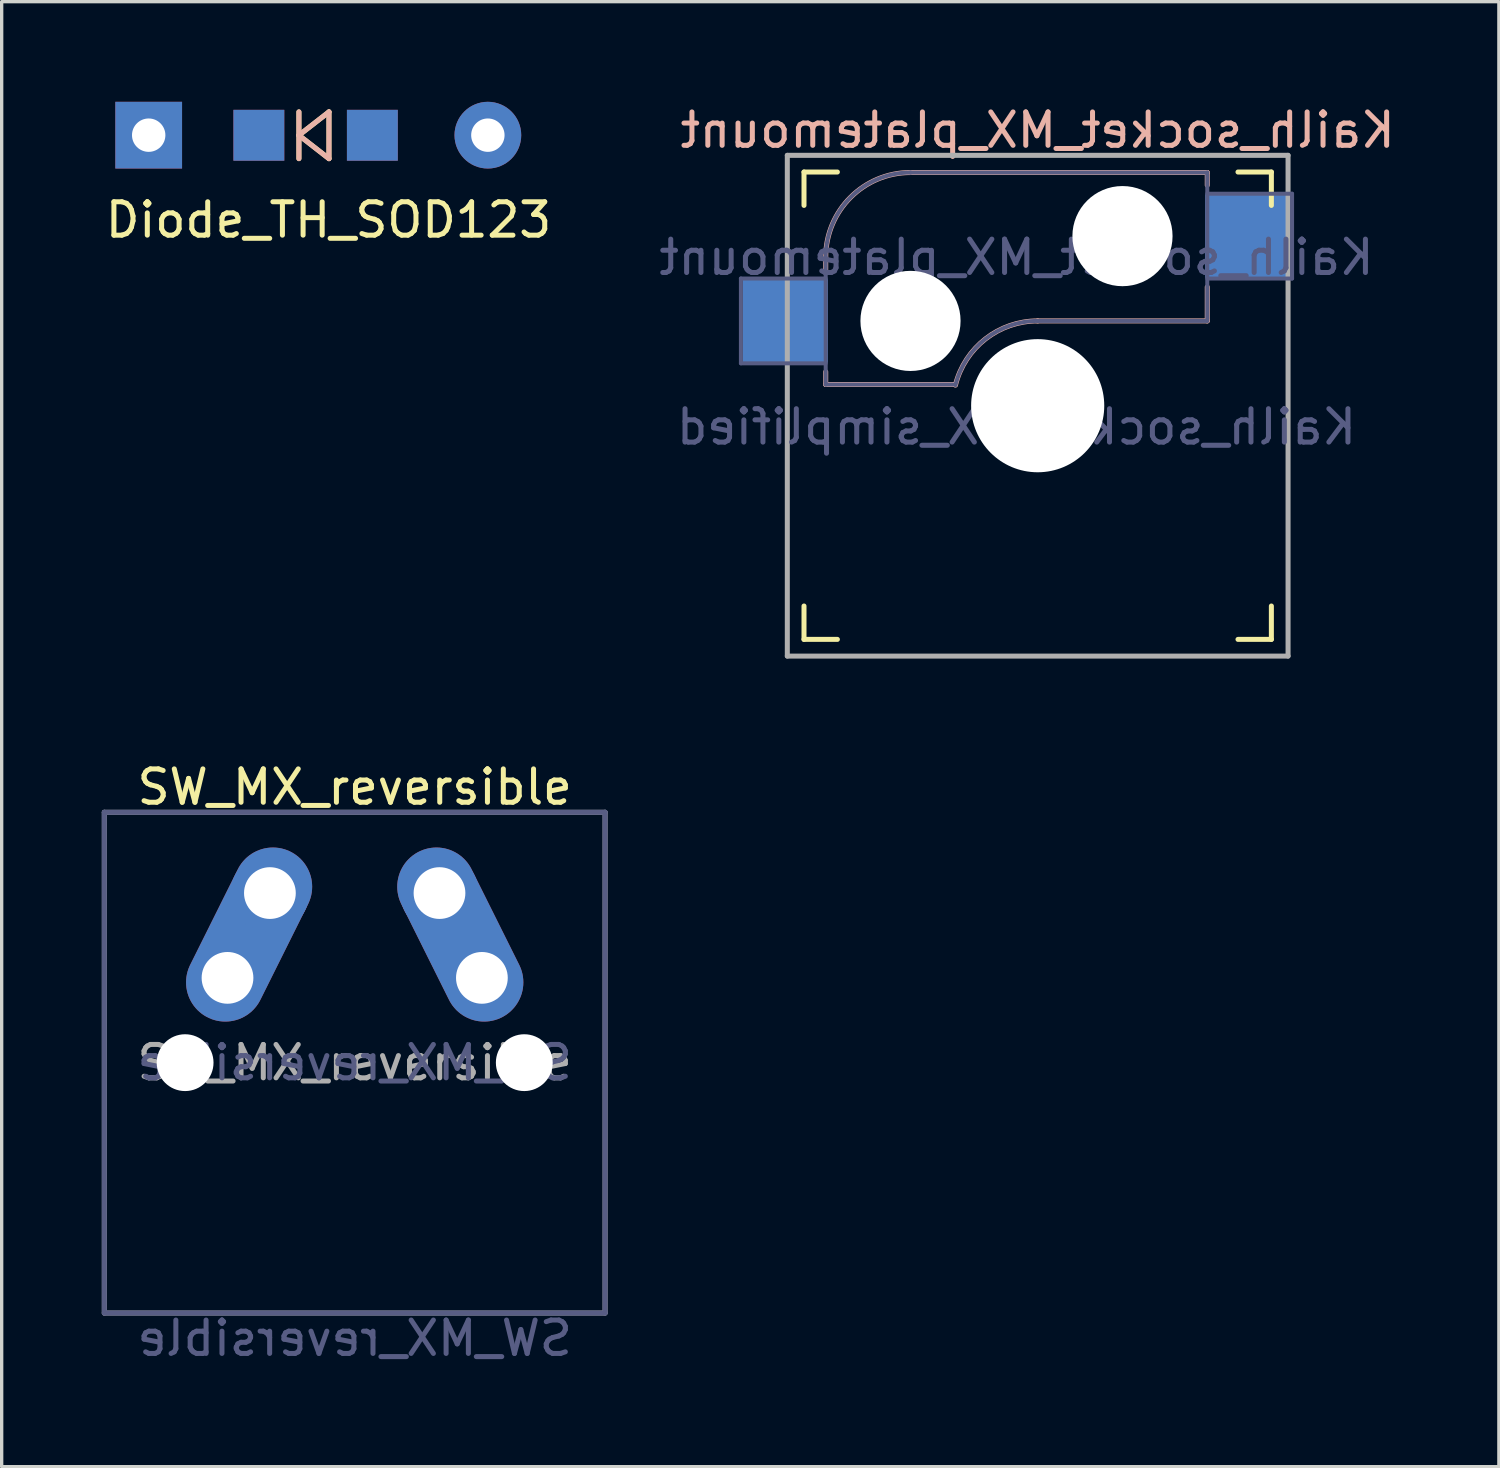
<source format=kicad_pcb>
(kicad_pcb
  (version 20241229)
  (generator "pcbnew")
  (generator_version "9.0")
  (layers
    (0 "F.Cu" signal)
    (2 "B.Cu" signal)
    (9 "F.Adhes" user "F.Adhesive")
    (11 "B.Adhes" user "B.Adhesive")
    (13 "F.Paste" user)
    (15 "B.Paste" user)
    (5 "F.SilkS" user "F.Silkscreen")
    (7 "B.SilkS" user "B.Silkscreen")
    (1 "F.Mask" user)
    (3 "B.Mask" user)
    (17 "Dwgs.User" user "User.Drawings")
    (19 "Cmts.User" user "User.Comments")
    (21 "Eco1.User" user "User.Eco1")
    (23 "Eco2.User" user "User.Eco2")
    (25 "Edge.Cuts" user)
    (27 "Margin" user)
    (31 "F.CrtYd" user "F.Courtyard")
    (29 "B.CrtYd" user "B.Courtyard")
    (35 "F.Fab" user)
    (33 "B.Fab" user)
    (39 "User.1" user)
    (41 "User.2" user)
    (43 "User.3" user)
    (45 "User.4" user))
  (footprint "Kailh_socket_MX_platemount"
    (layer "F.Cu")
    (at 28.034 9.103)
    (property "Reference" "Kailh_socket_MX_platemount" (at 0 -8.255 0) (layer "B.SilkS") (effects (font (size 1 1) (thickness 0.15)) (justify mirror)))
    (property "Value" "Kailh_socket_MX_simplified" (at 0 8.255 0) (layer "F.Fab") (hide yes) (effects (font (size 1 1) (thickness 0.15))))
    (attr smd)
    (fp_line (start -7 -6) (end -7 -7) (stroke (width 0.15) (type solid)) (layer "F.SilkS"))
    (fp_line (start -7 7) (end -7 6) (stroke (width 0.15) (type solid)) (layer "F.SilkS"))
    (fp_line (start -7 7) (end -6 7) (stroke (width 0.15) (type solid)) (layer "F.SilkS"))
    (fp_line (start -6 -7) (end -7 -7) (stroke (width 0.15) (type solid)) (layer "F.SilkS"))
    (fp_line (start 6 7) (end 7 7) (stroke (width 0.15) (type solid)) (layer "F.SilkS"))
    (fp_line (start 7 -7) (end 6 -7) (stroke (width 0.15) (type solid)) (layer "F.SilkS"))
    (fp_line (start 7 -7) (end 7 -6) (stroke (width 0.15) (type solid)) (layer "F.SilkS"))
    (fp_line (start 7 6) (end 7 7) (stroke (width 0.15) (type solid)) (layer "F.SilkS"))
    (fp_line (start -6.35 -4.445) (end -6.35 -4.064) (stroke (width 0.15) (type solid)) (layer "B.SilkS"))
    (fp_line (start -6.35 -1.016) (end -6.35 -0.635) (stroke (width 0.15) (type solid)) (layer "B.SilkS"))
    (fp_line (start -5.969 -0.635) (end -6.35 -0.635) (stroke (width 0.15) (type solid)) (layer "B.SilkS"))
    (fp_line (start -3.81 -6.985) (end 5.08 -6.985) (stroke (width 0.15) (type solid)) (layer "B.SilkS"))
    (fp_line (start -2.464 -0.635) (end -5.969 -0.635) (stroke (width 0.15) (type solid)) (layer "B.SilkS"))
    (fp_line (start 5.08 -6.985) (end 5.08 -6.604) (stroke (width 0.15) (type solid)) (layer "B.SilkS"))
    (fp_line (start 5.08 -3.556) (end 5.08 -2.54) (stroke (width 0.15) (type solid)) (layer "B.SilkS"))
    (fp_line (start 5.08 -2.54) (end 0 -2.54) (stroke (width 0.15) (type solid)) (layer "B.SilkS"))
    (fp_arc (start -6.35 -4.445) (mid -5.606051 -6.241051) (end -3.81 -6.985) (stroke (width 0.15) (type solid)) (layer "B.SilkS"))
    (fp_arc (start -2.464162 -0.61604) (mid -1.563147 -2.002042) (end 0 -2.54) (stroke (width 0.15) (type solid)) (layer "B.SilkS"))
    (fp_line (start -6.9 6.9) (end -6.9 -6.9) (stroke (width 0.15) (type solid)) (layer "Eco2.User"))
    (fp_line (start -6.9 6.9) (end 6.9 6.9) (stroke (width 0.15) (type solid)) (layer "Eco2.User"))
    (fp_line (start 6.9 -6.9) (end -6.9 -6.9) (stroke (width 0.15) (type solid)) (layer "Eco2.User"))
    (fp_line (start 6.9 -6.9) (end 6.9 6.9) (stroke (width 0.15) (type solid)) (layer "Eco2.User"))
    (fp_line (start -8.89 -3.81) (end -6.35 -3.81) (stroke (width 0.12) (type solid)) (layer "B.Fab"))
    (fp_line (start -8.89 -1.27) (end -8.89 -3.81) (stroke (width 0.12) (type solid)) (layer "B.Fab"))
    (fp_line (start -6.35 -1.27) (end -8.89 -1.27) (stroke (width 0.12) (type solid)) (layer "B.Fab"))
    (fp_line (start -6.35 -0.635) (end -6.35 -4.445) (stroke (width 0.12) (type solid)) (layer "B.Fab"))
    (fp_line (start -6.35 -0.635) (end -2.54 -0.635) (stroke (width 0.12) (type solid)) (layer "B.Fab"))
    (fp_line (start -3.81 -6.985) (end 5.08 -6.985) (stroke (width 0.12) (type solid)) (layer "B.Fab"))
    (fp_line (start 5.08 -6.985) (end 5.08 -2.54) (stroke (width 0.12) (type solid)) (layer "B.Fab"))
    (fp_line (start 5.08 -6.35) (end 7.62 -6.35) (stroke (width 0.12) (type solid)) (layer "B.Fab"))
    (fp_line (start 5.08 -2.54) (end 0 -2.54) (stroke (width 0.12) (type solid)) (layer "B.Fab"))
    (fp_line (start 7.62 -6.35) (end 7.62 -3.81) (stroke (width 0.12) (type solid)) (layer "B.Fab"))
    (fp_line (start 7.62 -3.81) (end 5.08 -3.81) (stroke (width 0.12) (type solid)) (layer "B.Fab"))
    (fp_arc (start -6.35 -4.445) (mid -5.606051 -6.241051) (end -3.81 -6.985) (stroke (width 0.12) (type solid)) (layer "B.Fab"))
    (fp_arc (start -2.464162 -0.61604) (mid -1.563147 -2.002042) (end 0 -2.54) (stroke (width 0.12) (type solid)) (layer "B.Fab"))
    (fp_line (start -7.5 -7.5) (end 7.5 -7.5) (stroke (width 0.15) (type solid)) (layer "F.Fab"))
    (fp_line (start -7.5 7.5) (end -7.5 -7.5) (stroke (width 0.15) (type solid)) (layer "F.Fab"))
    (fp_line (start 7.5 -7.5) (end 7.5 7.5) (stroke (width 0.15) (type solid)) (layer "F.Fab"))
    (fp_line (start 7.5 7.5) (end -7.5 7.5) (stroke (width 0.15) (type solid)) (layer "F.Fab"))
    (fp_text user "${VALUE}" (at -0.635 0.635 0) (layer "B.Fab") (effects (font (size 1 1) (thickness 0.15)) (justify mirror)))
    (fp_text user "${REFERENCE}" (at -0.635 -4.445 0) (layer "B.Fab") (effects (font (size 1 1) (thickness 0.15)) (justify mirror)))
    (pad "" np_thru_hole circle (at -3.81 -2.54) (size 3 3) (drill 3) (layers "*.Cu" "*.Mask"))
    (pad "" np_thru_hole circle (at 0 0) (size 3.988 3.988) (drill 3.988) (layers "*.Cu" "*.Mask"))
    (pad "" np_thru_hole circle (at 2.54 -5.08) (size 3 3) (drill 3) (layers "*.Cu" "*.Mask"))
    (pad "1" smd rect (at -7.56 -2.54) (size 2.55 2.5) (layers "B.Cu" "B.Mask" "B.Paste"))
    (pad "2" smd rect (at 6.29 -5.08) (size 2.55 2.5) (layers "B.Cu" "B.Mask" "B.Paste")))
  (footprint "Diode_TH_SOD123"
    (layer "F.Cu")
    (at 1.404 1.002)
    (property "Reference" "Diode_TH_SOD123" (at 5.387 2.537 0) (layer "F.SilkS") (effects (font (size 1 1) (thickness 0.15))))
    (attr through_hole)
    (fp_line (start 4.5 -0.7) (end 4.5 0.7) (stroke (width 0.15) (type solid)) (layer "F.SilkS"))
    (fp_line (start 4.5 0) (end 5.4 -0.7) (stroke (width 0.15) (type solid)) (layer "F.SilkS"))
    (fp_line (start 5.4 -0.7) (end 5.4 0.7) (stroke (width 0.15) (type solid)) (layer "F.SilkS"))
    (fp_line (start 5.4 0.7) (end 4.5 0) (stroke (width 0.15) (type solid)) (layer "F.SilkS"))
    (fp_line (start 4.5 -0.7) (end 4.5 0.7) (stroke (width 0.15) (type solid)) (layer "B.SilkS"))
    (fp_line (start 4.5 0) (end 5.4 -0.7) (stroke (width 0.15) (type solid)) (layer "B.SilkS"))
    (fp_line (start 5.4 -0.7) (end 5.4 0.7) (stroke (width 0.15) (type solid)) (layer "B.SilkS"))
    (fp_line (start 5.4 0.7) (end 4.5 0) (stroke (width 0.15) (type solid)) (layer "B.SilkS"))
    (pad "1" thru_hole rect (at 0 -0.003 180) (size 1.999 1.999) (drill 1) (layers "*.Cu" "*.Mask"))
    (pad "1" smd rect (at 3.3 0) (size 1.524 1.524) (layers "F.Cu" "F.Mask" "F.Paste"))
    (pad "1" smd rect (at 3.3 0) (size 1.524 1.524) (layers "B.Cu" "B.Mask" "B.Paste"))
    (pad "2" smd rect (at 6.7 0) (size 1.524 1.524) (layers "F.Cu" "F.Mask" "F.Paste"))
    (pad "2" smd rect (at 6.7 0) (size 1.524 1.524) (layers "B.Cu" "B.Mask" "B.Paste"))
    (pad "2" thru_hole circle (at 10.16 -0.003 180) (size 1.999 1.999) (drill 1) (layers "*.Cu" "*.Mask")))
  (footprint "SW_MX_reversible"
    (layer "F.Cu")
    (at 7.575 28.782)
    (property "Reference" "SW_MX_reversible" (at 0 -8.255 0) (layer "F.SilkS") (effects (font (size 1 1) (thickness 0.15))))
    (property "Value" "SW_MX_reversible" (at 0 8.255 0) (layer "F.Fab") (hide yes) (effects (font (size 1 1) (thickness 0.15))))
    (attr through_hole)
    (fp_line (start -6.9 6.9) (end -6.9 -6.9) (stroke (width 0.15) (type solid)) (layer "Eco2.User"))
    (fp_line (start -6.9 6.9) (end 6.9 6.9) (stroke (width 0.15) (type solid)) (layer "Eco2.User"))
    (fp_line (start 6.9 -6.9) (end -6.9 -6.9) (stroke (width 0.15) (type solid)) (layer "Eco2.User"))
    (fp_line (start 6.9 -6.9) (end 6.9 6.9) (stroke (width 0.15) (type solid)) (layer "Eco2.User"))
    (fp_line (start -7.5 -7.5) (end 7.5 -7.5) (stroke (width 0.15) (type solid)) (layer "B.Fab"))
    (fp_line (start -7.5 7.5) (end -7.5 -7.5) (stroke (width 0.15) (type solid)) (layer "B.Fab"))
    (fp_line (start 7.5 -7.5) (end 7.5 7.5) (stroke (width 0.15) (type solid)) (layer "B.Fab"))
    (fp_line (start 7.5 7.5) (end -7.5 7.5) (stroke (width 0.15) (type solid)) (layer "B.Fab"))
    (fp_line (start -7.5 -7.5) (end 7.5 -7.5) (stroke (width 0.15) (type solid)) (layer "F.Fab"))
    (fp_line (start -7.5 7.5) (end -7.5 -7.5) (stroke (width 0.15) (type solid)) (layer "F.Fab"))
    (fp_line (start 7.5 -7.5) (end 7.5 7.5) (stroke (width 0.15) (type solid)) (layer "F.Fab"))
    (fp_line (start 7.5 7.5) (end -7.5 7.5) (stroke (width 0.15) (type solid)) (layer "F.Fab"))
    (fp_text user "${VALUE}" (at 0 8.255 0) (layer "B.Fab") (effects (font (size 1 1) (thickness 0.15)) (justify mirror)))
    (fp_text user "${REFERENCE}" (at 0 0 0) (layer "B.Fab") (effects (font (size 1 1) (thickness 0.15)) (justify mirror)))
    (fp_text user "${REFERENCE}" (at 0 0 0) (layer "F.Fab") (effects (font (size 1 1) (thickness 0.15))))
    (pad "" np_thru_hole circle (at -5.08 0) (size 1.702 1.702) (drill 1.702) (layers "*.Cu" "*.Mask"))
    (pad "" np_thru_hole circle (at 5.08 0) (size 1.702 1.702) (drill 1.702) (layers "*.Cu" "*.Mask"))
    (pad "1" thru_hole oval (at -3.81 -2.54 333.5) (size 2.35 5.55) (drill 1.55 (offset 0 -1.45)) (layers "*.Cu" "*.Mask"))
    (pad "1" thru_hole circle (at -2.54 -5.08) (size 2.35 2.35) (drill 1.55) (layers "*.Cu" "*.Mask") (remove_unused_layers yes) (keep_end_layers yes) (zone_layer_connections))
    (pad "2" thru_hole circle (at 2.54 -5.08) (size 2.35 2.35) (drill 1.55) (layers "*.Cu" "*.Mask"))
    (pad "2" thru_hole oval (at 3.81 -2.54 26.5) (size 2.35 5.55) (drill 1.55 (offset 0 -1.45)) (layers "*.Cu" "*.Mask")))
  (gr_rect
    (start -3 -3)
    (end 41.849 40.885)
    (stroke (width 0.1) (type default))
    (fill no)
    (layer "Edge.Cuts")))
</source>
